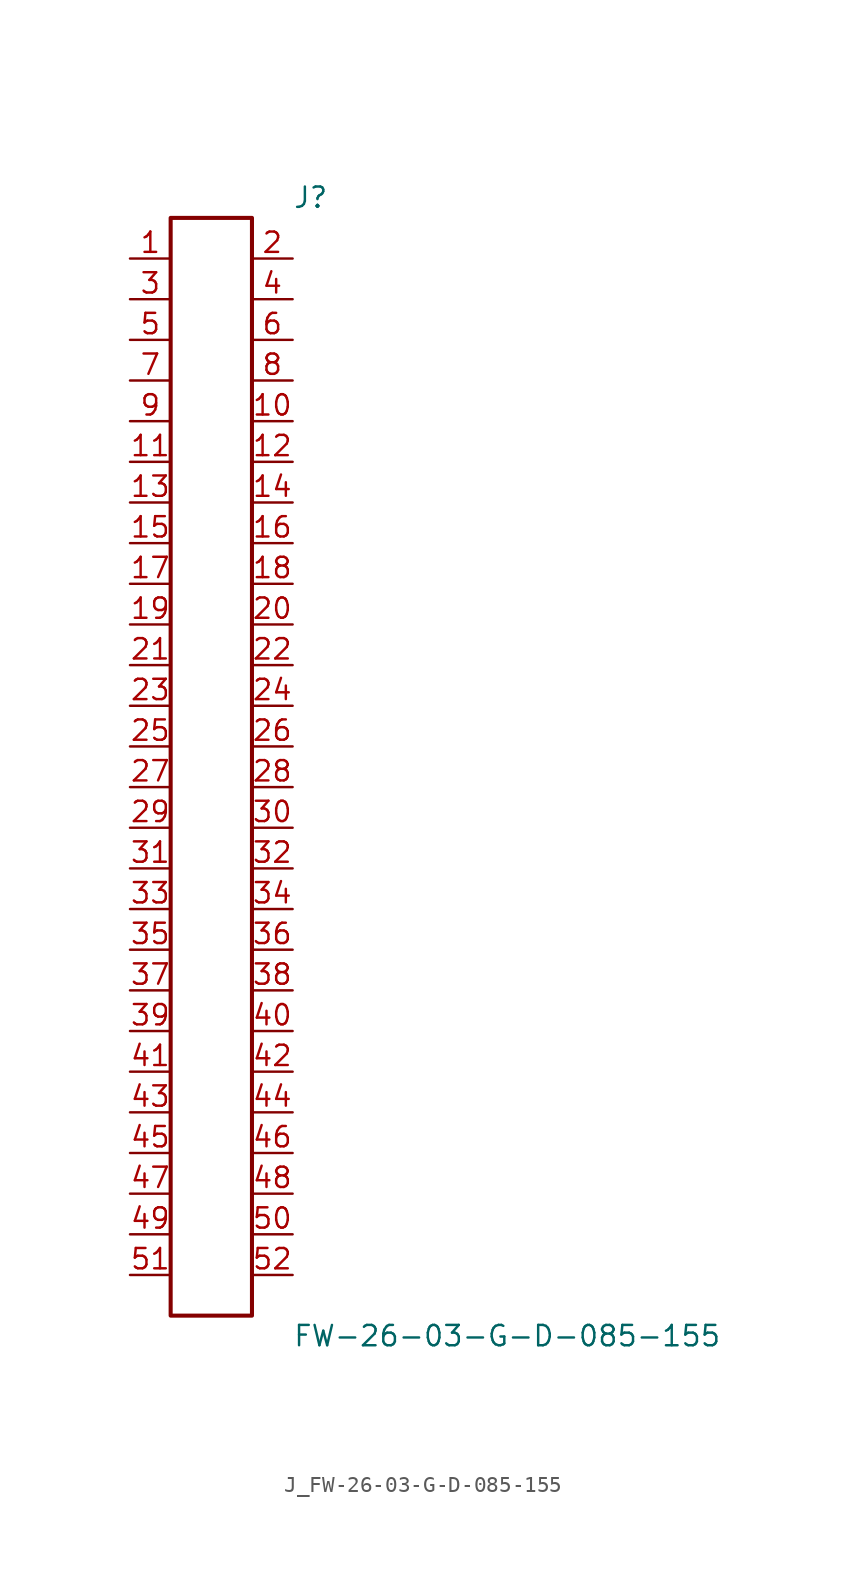
<source format=kicad_sym>
(kicad_symbol_lib
  (version 20231120)
  (generator kicad_symbol_editor)
  (generator_version 8.0)
  (symbol "J_FW-26-03-G-D-085-155"
    (pin_names
      (offset 0.254))
    (property "Reference" "J"
      (at 5.08 35.56 0)
      (effects (font (size 1.27 1.27)) (justify left)))
    (property "Value" "FW-26-03-G-D-085-155"
      (at 5.08 -35.56 0)
      (effects (font (size 1.27 1.27)) (justify left)))
    (symbol "J_FW-26-03-G-D-085-155_0_0"
      (pin unspecified line (at -5.08 31.75 0) (length 2.54) (name "" (effects (font (size 1.27 1.27)))) (number "1" (effects (font (size 1.27 1.27)))))
      (pin unspecified line (at 5.08 31.75 180) (length 2.54) (name "" (effects (font (size 1.27 1.27)))) (number "2" (effects (font (size 1.27 1.27)))))
      (pin unspecified line (at -5.08 29.21 0) (length 2.54) (name "" (effects (font (size 1.27 1.27)))) (number "3" (effects (font (size 1.27 1.27)))))
      (pin unspecified line (at 5.08 29.21 180) (length 2.54) (name "" (effects (font (size 1.27 1.27)))) (number "4" (effects (font (size 1.27 1.27)))))
      (pin unspecified line (at -5.08 26.67 0) (length 2.54) (name "" (effects (font (size 1.27 1.27)))) (number "5" (effects (font (size 1.27 1.27)))))
      (pin unspecified line (at 5.08 26.67 180) (length 2.54) (name "" (effects (font (size 1.27 1.27)))) (number "6" (effects (font (size 1.27 1.27)))))
      (pin unspecified line (at -5.08 24.13 0) (length 2.54) (name "" (effects (font (size 1.27 1.27)))) (number "7" (effects (font (size 1.27 1.27)))))
      (pin unspecified line (at 5.08 24.13 180) (length 2.54) (name "" (effects (font (size 1.27 1.27)))) (number "8" (effects (font (size 1.27 1.27)))))
      (pin unspecified line (at -5.08 21.59 0) (length 2.54) (name "" (effects (font (size 1.27 1.27)))) (number "9" (effects (font (size 1.27 1.27)))))
      (pin unspecified line (at 5.08 21.59 180) (length 2.54) (name "" (effects (font (size 1.27 1.27)))) (number "10" (effects (font (size 1.27 1.27)))))
      (pin unspecified line (at -5.08 19.05 0) (length 2.54) (name "" (effects (font (size 1.27 1.27)))) (number "11" (effects (font (size 1.27 1.27)))))
      (pin unspecified line (at 5.08 19.05 180) (length 2.54) (name "" (effects (font (size 1.27 1.27)))) (number "12" (effects (font (size 1.27 1.27)))))
      (pin unspecified line (at -5.08 16.51 0) (length 2.54) (name "" (effects (font (size 1.27 1.27)))) (number "13" (effects (font (size 1.27 1.27)))))
      (pin unspecified line (at 5.08 16.51 180) (length 2.54) (name "" (effects (font (size 1.27 1.27)))) (number "14" (effects (font (size 1.27 1.27)))))
      (pin unspecified line (at -5.08 13.97 0) (length 2.54) (name "" (effects (font (size 1.27 1.27)))) (number "15" (effects (font (size 1.27 1.27)))))
      (pin unspecified line (at 5.08 13.97 180) (length 2.54) (name "" (effects (font (size 1.27 1.27)))) (number "16" (effects (font (size 1.27 1.27)))))
      (pin unspecified line (at -5.08 11.43 0) (length 2.54) (name "" (effects (font (size 1.27 1.27)))) (number "17" (effects (font (size 1.27 1.27)))))
      (pin unspecified line (at 5.08 11.43 180) (length 2.54) (name "" (effects (font (size 1.27 1.27)))) (number "18" (effects (font (size 1.27 1.27)))))
      (pin unspecified line (at -5.08 8.89 0) (length 2.54) (name "" (effects (font (size 1.27 1.27)))) (number "19" (effects (font (size 1.27 1.27)))))
      (pin unspecified line (at 5.08 8.89 180) (length 2.54) (name "" (effects (font (size 1.27 1.27)))) (number "20" (effects (font (size 1.27 1.27)))))
      (pin unspecified line (at -5.08 6.35 0) (length 2.54) (name "" (effects (font (size 1.27 1.27)))) (number "21" (effects (font (size 1.27 1.27)))))
      (pin unspecified line (at 5.08 6.35 180) (length 2.54) (name "" (effects (font (size 1.27 1.27)))) (number "22" (effects (font (size 1.27 1.27)))))
      (pin unspecified line (at -5.08 3.81 0) (length 2.54) (name "" (effects (font (size 1.27 1.27)))) (number "23" (effects (font (size 1.27 1.27)))))
      (pin unspecified line (at 5.08 3.81 180) (length 2.54) (name "" (effects (font (size 1.27 1.27)))) (number "24" (effects (font (size 1.27 1.27)))))
      (pin unspecified line (at -5.08 1.27 0) (length 2.54) (name "" (effects (font (size 1.27 1.27)))) (number "25" (effects (font (size 1.27 1.27)))))
      (pin unspecified line (at 5.08 1.27 180) (length 2.54) (name "" (effects (font (size 1.27 1.27)))) (number "26" (effects (font (size 1.27 1.27)))))
      (pin unspecified line (at -5.08 -1.27 0) (length 2.54) (name "" (effects (font (size 1.27 1.27)))) (number "27" (effects (font (size 1.27 1.27)))))
      (pin unspecified line (at 5.08 -1.27 180) (length 2.54) (name "" (effects (font (size 1.27 1.27)))) (number "28" (effects (font (size 1.27 1.27)))))
      (pin unspecified line (at -5.08 -3.81 0) (length 2.54) (name "" (effects (font (size 1.27 1.27)))) (number "29" (effects (font (size 1.27 1.27)))))
      (pin unspecified line (at 5.08 -3.81 180) (length 2.54) (name "" (effects (font (size 1.27 1.27)))) (number "30" (effects (font (size 1.27 1.27)))))
      (pin unspecified line (at -5.08 -6.35 0) (length 2.54) (name "" (effects (font (size 1.27 1.27)))) (number "31" (effects (font (size 1.27 1.27)))))
      (pin unspecified line (at 5.08 -6.35 180) (length 2.54) (name "" (effects (font (size 1.27 1.27)))) (number "32" (effects (font (size 1.27 1.27)))))
      (pin unspecified line (at -5.08 -8.89 0) (length 2.54) (name "" (effects (font (size 1.27 1.27)))) (number "33" (effects (font (size 1.27 1.27)))))
      (pin unspecified line (at 5.08 -8.89 180) (length 2.54) (name "" (effects (font (size 1.27 1.27)))) (number "34" (effects (font (size 1.27 1.27)))))
      (pin unspecified line (at -5.08 -11.43 0) (length 2.54) (name "" (effects (font (size 1.27 1.27)))) (number "35" (effects (font (size 1.27 1.27)))))
      (pin unspecified line (at 5.08 -11.43 180) (length 2.54) (name "" (effects (font (size 1.27 1.27)))) (number "36" (effects (font (size 1.27 1.27)))))
      (pin unspecified line (at -5.08 -13.97 0) (length 2.54) (name "" (effects (font (size 1.27 1.27)))) (number "37" (effects (font (size 1.27 1.27)))))
      (pin unspecified line (at 5.08 -13.97 180) (length 2.54) (name "" (effects (font (size 1.27 1.27)))) (number "38" (effects (font (size 1.27 1.27)))))
      (pin unspecified line (at -5.08 -16.51 0) (length 2.54) (name "" (effects (font (size 1.27 1.27)))) (number "39" (effects (font (size 1.27 1.27)))))
      (pin unspecified line (at 5.08 -16.51 180) (length 2.54) (name "" (effects (font (size 1.27 1.27)))) (number "40" (effects (font (size 1.27 1.27)))))
      (pin unspecified line (at -5.08 -19.05 0) (length 2.54) (name "" (effects (font (size 1.27 1.27)))) (number "41" (effects (font (size 1.27 1.27)))))
      (pin unspecified line (at 5.08 -19.05 180) (length 2.54) (name "" (effects (font (size 1.27 1.27)))) (number "42" (effects (font (size 1.27 1.27)))))
      (pin unspecified line (at -5.08 -21.59 0) (length 2.54) (name "" (effects (font (size 1.27 1.27)))) (number "43" (effects (font (size 1.27 1.27)))))
      (pin unspecified line (at 5.08 -21.59 180) (length 2.54) (name "" (effects (font (size 1.27 1.27)))) (number "44" (effects (font (size 1.27 1.27)))))
      (pin unspecified line (at -5.08 -24.13 0) (length 2.54) (name "" (effects (font (size 1.27 1.27)))) (number "45" (effects (font (size 1.27 1.27)))))
      (pin unspecified line (at 5.08 -24.13 180) (length 2.54) (name "" (effects (font (size 1.27 1.27)))) (number "46" (effects (font (size 1.27 1.27)))))
      (pin unspecified line (at -5.08 -26.67 0) (length 2.54) (name "" (effects (font (size 1.27 1.27)))) (number "47" (effects (font (size 1.27 1.27)))))
      (pin unspecified line (at 5.08 -26.67 180) (length 2.54) (name "" (effects (font (size 1.27 1.27)))) (number "48" (effects (font (size 1.27 1.27)))))
      (pin unspecified line (at -5.08 -29.21 0) (length 2.54) (name "" (effects (font (size 1.27 1.27)))) (number "49" (effects (font (size 1.27 1.27)))))
      (pin unspecified line (at 5.08 -29.21 180) (length 2.54) (name "" (effects (font (size 1.27 1.27)))) (number "50" (effects (font (size 1.27 1.27)))))
      (pin unspecified line (at -5.08 -31.75 0) (length 2.54) (name "" (effects (font (size 1.27 1.27)))) (number "51" (effects (font (size 1.27 1.27)))))
      (pin unspecified line (at 5.08 -31.75 180) (length 2.54) (name "" (effects (font (size 1.27 1.27)))) (number "52" (effects (font (size 1.27 1.27))))))
    (symbol "J_FW-26-03-G-D-085-155_1_0"
      (rectangle (start -2.54 34.29) (end 2.54 -34.29) (stroke (width 0.254) (type solid)) (fill (type none))))))
</source>
